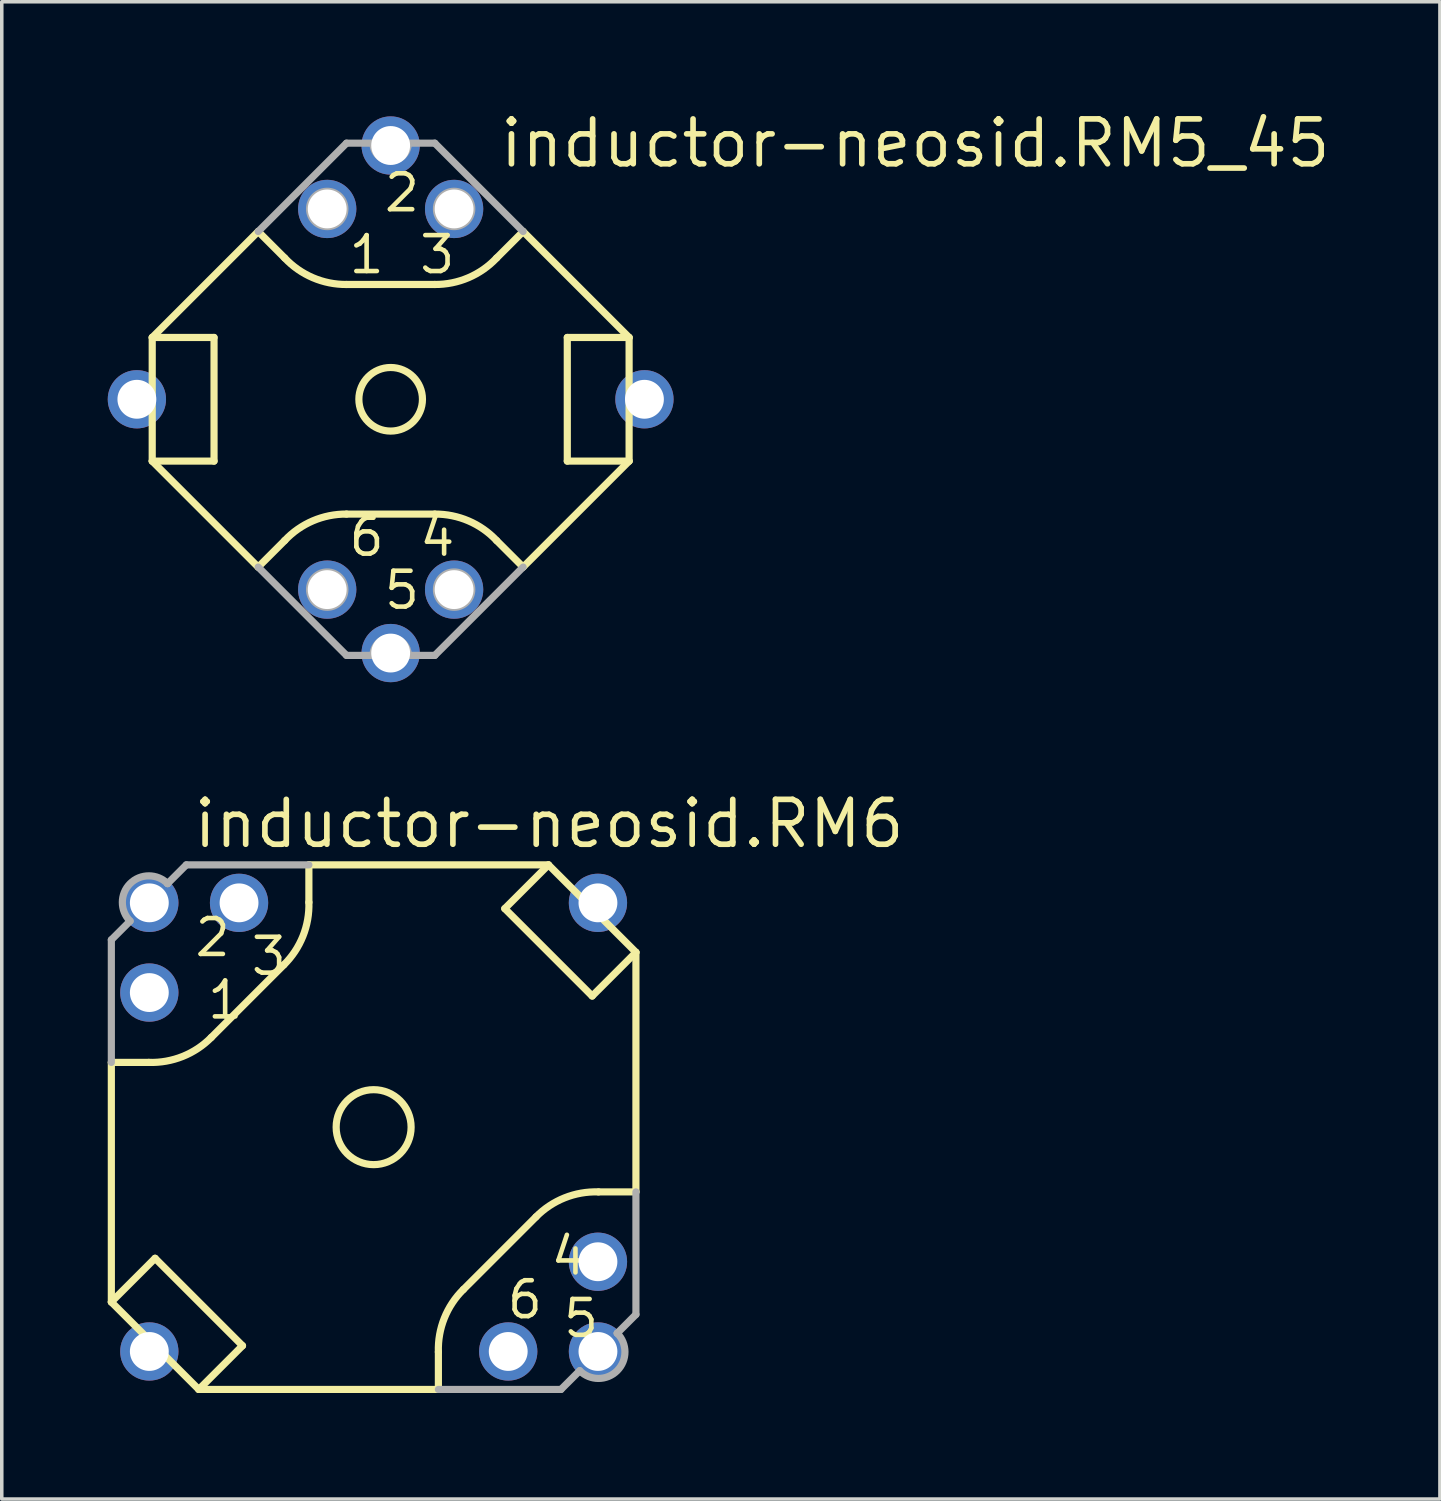
<source format=kicad_pcb>
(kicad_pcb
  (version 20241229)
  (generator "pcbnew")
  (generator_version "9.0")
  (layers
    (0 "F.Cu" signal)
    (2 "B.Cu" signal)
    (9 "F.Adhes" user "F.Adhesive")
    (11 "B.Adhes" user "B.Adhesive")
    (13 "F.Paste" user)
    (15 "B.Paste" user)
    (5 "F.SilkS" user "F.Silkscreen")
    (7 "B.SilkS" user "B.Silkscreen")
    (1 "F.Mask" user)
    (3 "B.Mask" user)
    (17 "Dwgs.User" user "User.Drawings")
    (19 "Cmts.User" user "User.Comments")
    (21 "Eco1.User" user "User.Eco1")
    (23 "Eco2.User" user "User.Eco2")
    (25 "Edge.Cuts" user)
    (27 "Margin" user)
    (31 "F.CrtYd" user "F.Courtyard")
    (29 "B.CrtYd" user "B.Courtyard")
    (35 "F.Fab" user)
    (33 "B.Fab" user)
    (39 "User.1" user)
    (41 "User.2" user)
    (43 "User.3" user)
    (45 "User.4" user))
  (footprint "inductor-neosid.RM5_45"
    (layer "F.Cu")
    (at 8.009 8.253)
    (property "Reference" "inductor-neosid.RM5_45" (at 3.012 -6.503 0) (layer "F.SilkS") (effects (font (size 1.27 1.27) (thickness 0.16)) (justify left bottom)))
    (attr through_hole)
    (fp_line (start -6.75 -1.75) (end -6.75 1.75) (stroke (width 0.203) (type default)) (layer "F.SilkS"))
    (fp_line (start -6.75 -1.75) (end -5 -1.75) (stroke (width 0.203) (type default)) (layer "F.SilkS"))
    (fp_line (start -6.75 -1.75) (end -3.75 -4.75) (stroke (width 0.203) (type default)) (layer "F.SilkS"))
    (fp_line (start -6.75 1.75) (end -3.75 4.75) (stroke (width 0.203) (type default)) (layer "F.SilkS"))
    (fp_line (start -5 -1.75) (end -5 1.75) (stroke (width 0.203) (type default)) (layer "F.SilkS"))
    (fp_line (start -5 1.75) (end -6.75 1.75) (stroke (width 0.203) (type default)) (layer "F.SilkS"))
    (fp_line (start -3 -4) (end -3.75 -4.75) (stroke (width 0.203) (type default)) (layer "F.SilkS"))
    (fp_line (start -3 4) (end -3.75 4.75) (stroke (width 0.203) (type default)) (layer "F.SilkS"))
    (fp_line (start -1.25 -3.25) (end 1.25 -3.25) (stroke (width 0.203) (type default)) (layer "F.SilkS"))
    (fp_line (start 1.25 3.25) (end -1.25 3.25) (stroke (width 0.203) (type default)) (layer "F.SilkS"))
    (fp_line (start 3.75 -4.75) (end 3 -4) (stroke (width 0.203) (type default)) (layer "F.SilkS"))
    (fp_line (start 3.75 4.75) (end 3 4) (stroke (width 0.203) (type default)) (layer "F.SilkS"))
    (fp_line (start 5 -1.75) (end 6.75 -1.75) (stroke (width 0.203) (type default)) (layer "F.SilkS"))
    (fp_line (start 5 1.75) (end 5 -1.75) (stroke (width 0.203) (type default)) (layer "F.SilkS"))
    (fp_line (start 6.75 -1.75) (end 3.75 -4.75) (stroke (width 0.203) (type default)) (layer "F.SilkS"))
    (fp_line (start 6.75 -1.75) (end 6.75 1.75) (stroke (width 0.203) (type default)) (layer "F.SilkS"))
    (fp_line (start 6.75 1.75) (end 3.75 4.75) (stroke (width 0.203) (type default)) (layer "F.SilkS"))
    (fp_line (start 6.75 1.75) (end 5 1.75) (stroke (width 0.203) (type default)) (layer "F.SilkS"))
    (fp_arc (start -3 4) (mid -2.203454 3.441915) (end -1.25 3.2499) (stroke (width 0.2032) (type default)) (layer "F.SilkS"))
    (fp_arc (start -1.25 -3.2498) (mid -2.203463 -3.441869) (end -3 -4) (stroke (width 0.2032) (type default)) (layer "F.SilkS"))
    (fp_arc (start 1.25 3.25) (mid 2.2034 3.442035) (end 2.9999 4.0001) (stroke (width 0.2032) (type default)) (layer "F.SilkS"))
    (fp_arc (start 2.9999 -4.0001) (mid 2.203404 -3.442026) (end 1.25 -3.25) (stroke (width 0.2032) (type default)) (layer "F.SilkS"))
    (fp_circle (center 0 0) (end 0.9 0) (stroke (width 0.203) (type default)) (fill no) (layer "F.SilkS"))
    (fp_line (start -3.75 -4.75) (end -1.25 -7.25) (stroke (width 0.203) (type default)) (layer "F.Fab"))
    (fp_line (start -3.75 4.75) (end -1.25 7.25) (stroke (width 0.203) (type default)) (layer "F.Fab"))
    (fp_line (start -1.25 -7.25) (end -0.5 -7.25) (stroke (width 0.203) (type default)) (layer "F.Fab"))
    (fp_line (start -1.25 7.25) (end -0.5 7.25) (stroke (width 0.203) (type default)) (layer "F.Fab"))
    (fp_line (start 0.5 -7.25) (end 1.25 -7.25) (stroke (width 0.203) (type default)) (layer "F.Fab"))
    (fp_line (start 0.5 7.25) (end 1.25 7.25) (stroke (width 0.203) (type default)) (layer "F.Fab"))
    (fp_line (start 1.25 -7.25) (end 3.75 -4.75) (stroke (width 0.203) (type default)) (layer "F.Fab"))
    (fp_line (start 1.25 7.25) (end 3.75 4.75) (stroke (width 0.203) (type default)) (layer "F.Fab"))
    (fp_arc (start -0.5 7.25) (mid 0 6.75) (end 0.5 7.25) (stroke (width 0.2032) (type default)) (layer "F.Fab"))
    (fp_arc (start 0.5 -7.25) (mid 0 -6.75) (end -0.5 -7.25) (stroke (width 0.2032) (type default)) (layer "F.Fab"))
    (fp_circle (center -1.796 -5.388) (end -1.296 -5.388) (stroke (width 0.203) (type default)) (fill no) (layer "F.Fab"))
    (fp_circle (center -1.796 5.388) (end -1.296 5.388) (stroke (width 0.203) (type default)) (fill no) (layer "F.Fab"))
    (fp_circle (center 1.796 -5.388) (end 2.296 -5.388) (stroke (width 0.203) (type default)) (fill no) (layer "F.Fab"))
    (fp_circle (center 1.796 5.388) (end 2.296 5.388) (stroke (width 0.203) (type default)) (fill no) (layer "F.Fab"))
    (fp_text user "2" (at -0.25 -5.25 0) (layer "F.SilkS") (effects (font (size 1.016 1.016) (thickness 0.13)) (justify left bottom)))
    (fp_text user "6" (at -1.25 4.5 0) (layer "F.SilkS") (effects (font (size 1.016 1.016) (thickness 0.13)) (justify left bottom)))
    (fp_text user "3" (at 0.75 -3.5 0) (layer "F.SilkS") (effects (font (size 1.016 1.016) (thickness 0.13)) (justify left bottom)))
    (fp_text user "5" (at -0.25 6 0) (layer "F.SilkS") (effects (font (size 1.016 1.016) (thickness 0.13)) (justify left bottom)))
    (fp_text user "1" (at -1.25 -3.5 0) (layer "F.SilkS") (effects (font (size 1.016 1.016) (thickness 0.13)) (justify left bottom)))
    (fp_text user "4" (at 0.75 4.5 0) (layer "F.SilkS") (effects (font (size 1.016 1.016) (thickness 0.13)) (justify left bottom)))
    (pad "1" thru_hole circle (at -1.796 -5.388) (size 1.65 1.65) (drill 1.1) (layers "*.Cu" "*.Mask"))
    (pad "2" thru_hole circle (at 0 -7.184) (size 1.65 1.65) (drill 1.1) (layers "*.Cu" "*.Mask"))
    (pad "3" thru_hole circle (at 1.796 -5.388) (size 1.65 1.65) (drill 1.1) (layers "*.Cu" "*.Mask"))
    (pad "4" thru_hole circle (at 1.796 5.388) (size 1.65 1.65) (drill 1.1) (layers "*.Cu" "*.Mask"))
    (pad "5" thru_hole circle (at 0 7.184) (size 1.65 1.65) (drill 1.1) (layers "*.Cu" "*.Mask"))
    (pad "6" thru_hole circle (at -1.796 5.388) (size 1.65 1.65) (drill 1.1) (layers "*.Cu" "*.Mask"))
    (pad "M1" thru_hole circle (at -7.184 0) (size 1.65 1.65) (drill 1.1) (layers "*.Cu" "*.Mask"))
    (pad "M2" thru_hole circle (at 7.184 0) (size 1.65 1.65) (drill 1.1) (layers "*.Cu" "*.Mask")))
  (footprint "inductor-neosid.RM6"
    (layer "F.Cu")
    (at 7.527 28.858)
    (property "Reference" "inductor-neosid.RM6" (at -5.179 -7.846 0) (layer "F.SilkS") (effects (font (size 1.27 1.27) (thickness 0.16)) (justify left bottom)))
    (attr through_hole)
    (fp_line (start -7.425 4.95) (end -7.425 -1.833) (stroke (width 0.203) (type default)) (layer "F.SilkS"))
    (fp_line (start -7.425 4.95) (end -6.187 3.712) (stroke (width 0.203) (type default)) (layer "F.SilkS"))
    (fp_line (start -7.425 4.95) (end -4.95 7.425) (stroke (width 0.203) (type default)) (layer "F.SilkS"))
    (fp_line (start -6.364 -1.833) (end -7.425 -1.833) (stroke (width 0.203) (type default)) (layer "F.SilkS"))
    (fp_line (start -6.187 3.712) (end -3.712 6.187) (stroke (width 0.203) (type default)) (layer "F.SilkS"))
    (fp_line (start -4.95 7.425) (end 1.833 7.425) (stroke (width 0.203) (type default)) (layer "F.SilkS"))
    (fp_line (start -4.596 -2.54) (end -2.54 -4.596) (stroke (width 0.203) (type default)) (layer "F.SilkS"))
    (fp_line (start -3.712 6.187) (end -4.95 7.425) (stroke (width 0.203) (type default)) (layer "F.SilkS"))
    (fp_line (start -1.833 -6.364) (end -1.833 -7.425) (stroke (width 0.203) (type default)) (layer "F.SilkS"))
    (fp_line (start 1.833 6.364) (end 1.833 7.425) (stroke (width 0.203) (type default)) (layer "F.SilkS"))
    (fp_line (start 3.712 -6.187) (end 4.95 -7.425) (stroke (width 0.203) (type default)) (layer "F.SilkS"))
    (fp_line (start 4.596 2.54) (end 2.54 4.596) (stroke (width 0.203) (type default)) (layer "F.SilkS"))
    (fp_line (start 4.95 -7.425) (end -1.833 -7.425) (stroke (width 0.203) (type default)) (layer "F.SilkS"))
    (fp_line (start 6.187 -3.712) (end 3.712 -6.187) (stroke (width 0.203) (type default)) (layer "F.SilkS"))
    (fp_line (start 6.364 1.833) (end 7.425 1.833) (stroke (width 0.203) (type default)) (layer "F.SilkS"))
    (fp_line (start 7.425 -4.95) (end 4.95 -7.425) (stroke (width 0.203) (type default)) (layer "F.SilkS"))
    (fp_line (start 7.425 -4.95) (end 6.187 -3.712) (stroke (width 0.203) (type default)) (layer "F.SilkS"))
    (fp_line (start 7.425 -4.95) (end 7.425 1.833) (stroke (width 0.203) (type default)) (layer "F.SilkS"))
    (fp_arc (start -4.5961 -2.5402) (mid -5.406079 -2.001684) (end -6.364 -1.833) (stroke (width 0.2032) (type default)) (layer "F.SilkS"))
    (fp_arc (start -1.833 -6.3639) (mid -2.001584 -5.406) (end -2.54 -4.596) (stroke (width 0.2032) (type default)) (layer "F.SilkS"))
    (fp_arc (start 1.8329 6.364) (mid 2.001492 5.406103) (end 2.5399 4.5961) (stroke (width 0.2032) (type default)) (layer "F.SilkS"))
    (fp_arc (start 4.596 2.54) (mid 5.405979 2.001484) (end 6.3639 1.8328) (stroke (width 0.2032) (type default)) (layer "F.SilkS"))
    (fp_circle (center 0 0) (end 1.061 0) (stroke (width 0.203) (type default)) (fill no) (layer "F.SilkS"))
    (fp_line (start -7.425 -5.303) (end -6.894 -5.834) (stroke (width 0.203) (type default)) (layer "F.Fab"))
    (fp_line (start -7.425 -1.833) (end -7.425 -5.303) (stroke (width 0.203) (type default)) (layer "F.Fab"))
    (fp_line (start -5.833 -6.895) (end -5.834 -6.894) (stroke (width 0.203) (type default)) (layer "F.Fab"))
    (fp_line (start -5.303 -7.425) (end -5.833 -6.895) (stroke (width 0.203) (type default)) (layer "F.Fab"))
    (fp_line (start -1.833 -7.425) (end -5.303 -7.425) (stroke (width 0.203) (type default)) (layer "F.Fab"))
    (fp_line (start 1.833 7.425) (end 5.303 7.425) (stroke (width 0.203) (type default)) (layer "F.Fab"))
    (fp_line (start 5.303 7.425) (end 5.834 6.894) (stroke (width 0.203) (type default)) (layer "F.Fab"))
    (fp_line (start 6.895 5.833) (end 6.894 5.834) (stroke (width 0.203) (type default)) (layer "F.Fab"))
    (fp_line (start 7.425 1.833) (end 7.425 5.303) (stroke (width 0.203) (type default)) (layer "F.Fab"))
    (fp_line (start 7.425 5.303) (end 6.895 5.833) (stroke (width 0.203) (type default)) (layer "F.Fab"))
    (fp_arc (start -6.894 -5.834) (mid -6.89395 -6.89465) (end -5.8333 -6.8947) (stroke (width 0.2032) (type default)) (layer "F.Fab"))
    (fp_arc (start 6.8947 5.8333) (mid 6.89465 6.89395) (end 5.834 6.894) (stroke (width 0.2032) (type default)) (layer "F.Fab"))
    (fp_circle (center -6.35 -3.81) (end -5.996 -3.81) (stroke (width 0.203) (type default)) (fill no) (layer "F.Fab"))
    (fp_circle (center -3.81 -6.35) (end -3.456 -6.35) (stroke (width 0.203) (type default)) (fill no) (layer "F.Fab"))
    (fp_circle (center 3.81 6.35) (end 4.163 6.35) (stroke (width 0.203) (type default)) (fill no) (layer "F.Fab"))
    (fp_circle (center 6.35 3.81) (end 6.703 3.81) (stroke (width 0.203) (type default)) (fill no) (layer "F.Fab"))
    (fp_text user "6" (at 3.712 5.48 0) (layer "F.SilkS") (effects (font (size 1.016 1.016) (thickness 0.13)) (justify left bottom)))
    (fp_text user "2" (at -5.127 -4.773 0) (layer "F.SilkS") (effects (font (size 1.016 1.016) (thickness 0.13)) (justify left bottom)))
    (fp_text user "4" (at 4.95 4.243 0) (layer "F.SilkS") (effects (font (size 1.016 1.016) (thickness 0.13)) (justify left bottom)))
    (fp_text user "5" (at 5.303 6.01 0) (layer "F.SilkS") (effects (font (size 1.016 1.016) (thickness 0.13)) (justify left bottom)))
    (fp_text user "3" (at -3.535 -4.243 0) (layer "F.SilkS") (effects (font (size 1.016 1.016) (thickness 0.13)) (justify left bottom)))
    (fp_text user "1" (at -4.773 -3.005 0) (layer "F.SilkS") (effects (font (size 1.016 1.016) (thickness 0.13)) (justify left bottom)))
    (pad "1" thru_hole circle (at -6.35 -3.81) (size 1.65 1.65) (drill 1.1) (layers "*.Cu" "*.Mask"))
    (pad "2" thru_hole circle (at -6.35 -6.35) (size 1.65 1.65) (drill 1.1) (layers "*.Cu" "*.Mask"))
    (pad "3" thru_hole circle (at -3.81 -6.35) (size 1.65 1.65) (drill 1.1) (layers "*.Cu" "*.Mask"))
    (pad "4" thru_hole circle (at 6.35 3.81) (size 1.65 1.65) (drill 1.1) (layers "*.Cu" "*.Mask"))
    (pad "5" thru_hole circle (at 6.35 6.35) (size 1.65 1.65) (drill 1.1) (layers "*.Cu" "*.Mask"))
    (pad "6" thru_hole circle (at 3.81 6.35) (size 1.65 1.65) (drill 1.1) (layers "*.Cu" "*.Mask"))
    (pad "M1" thru_hole circle (at -6.35 6.35) (size 1.65 1.65) (drill 1.1) (layers "*.Cu" "*.Mask"))
    (pad "M2" thru_hole circle (at 6.35 -6.35) (size 1.65 1.65) (drill 1.1) (layers "*.Cu" "*.Mask")))
  (gr_rect
    (start -3 -3)
    (end 37.712 39.385)
    (stroke (width 0.1) (type default))
    (fill no)
    (layer "Edge.Cuts")))
</source>
